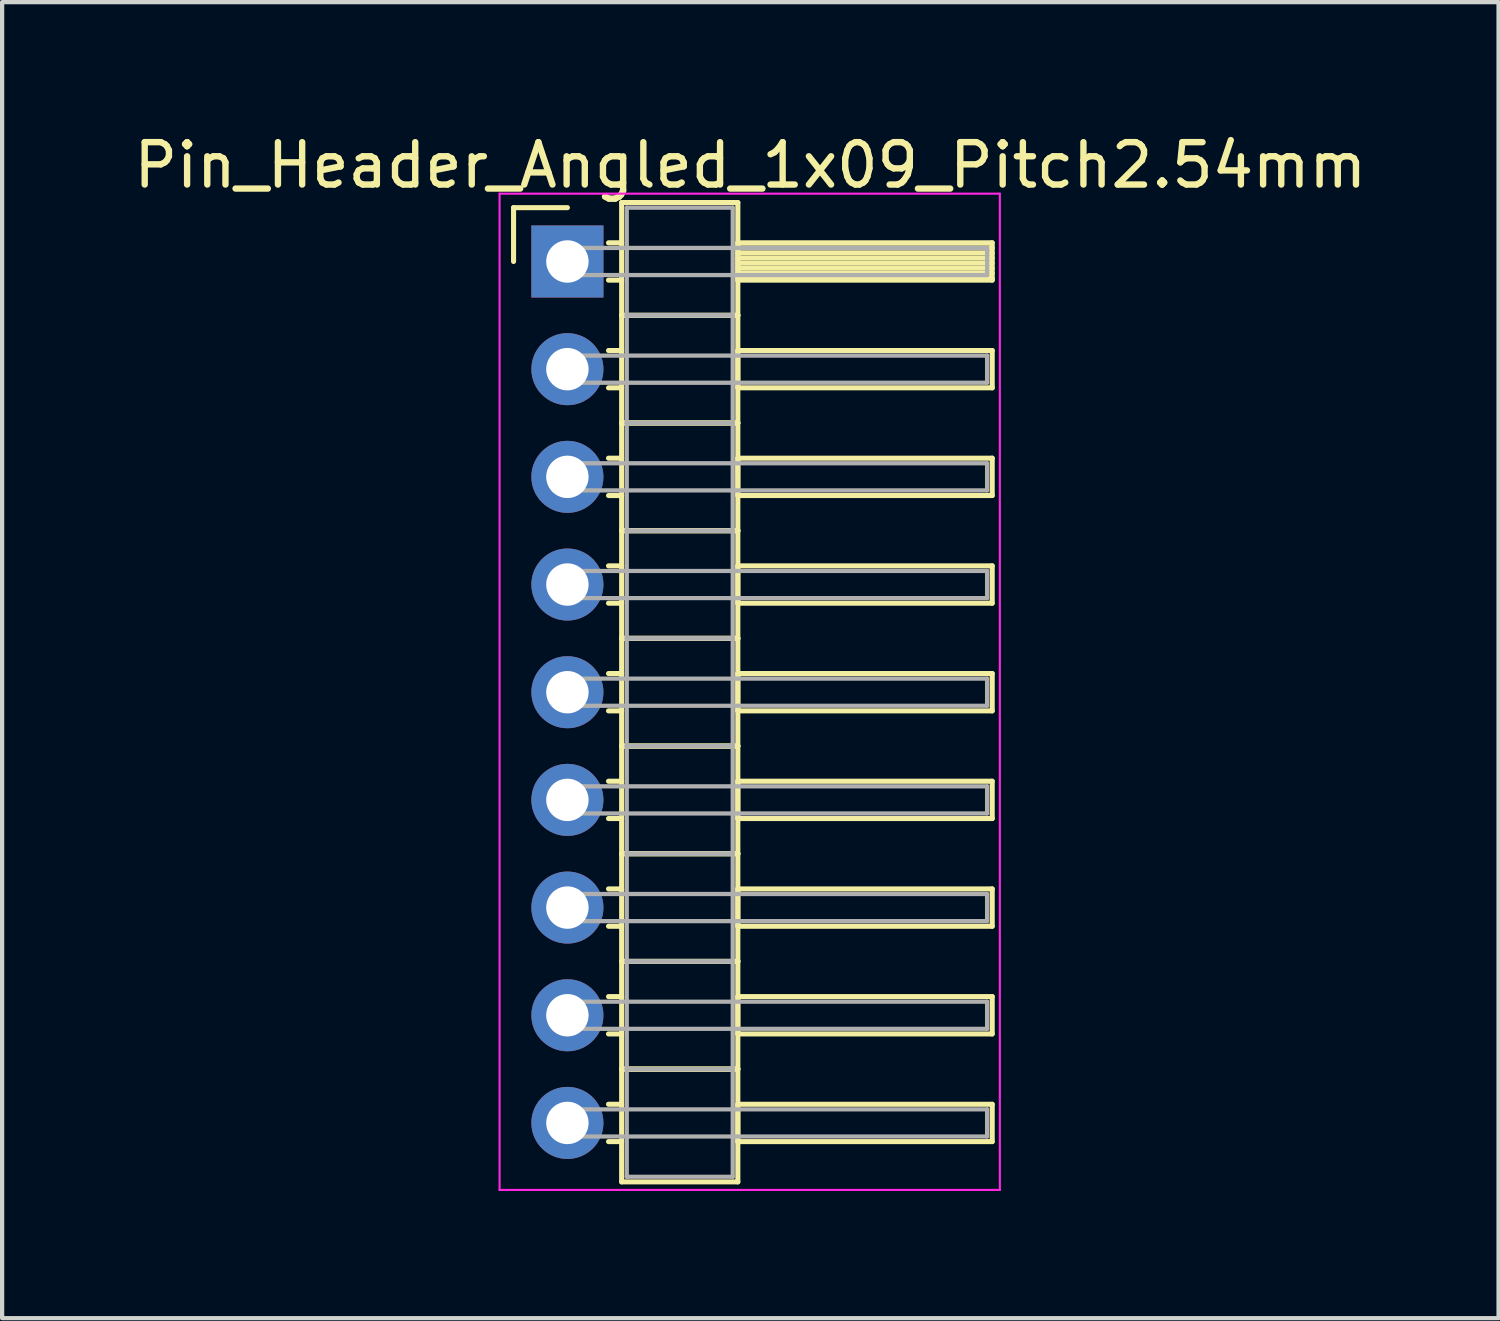
<source format=kicad_pcb>
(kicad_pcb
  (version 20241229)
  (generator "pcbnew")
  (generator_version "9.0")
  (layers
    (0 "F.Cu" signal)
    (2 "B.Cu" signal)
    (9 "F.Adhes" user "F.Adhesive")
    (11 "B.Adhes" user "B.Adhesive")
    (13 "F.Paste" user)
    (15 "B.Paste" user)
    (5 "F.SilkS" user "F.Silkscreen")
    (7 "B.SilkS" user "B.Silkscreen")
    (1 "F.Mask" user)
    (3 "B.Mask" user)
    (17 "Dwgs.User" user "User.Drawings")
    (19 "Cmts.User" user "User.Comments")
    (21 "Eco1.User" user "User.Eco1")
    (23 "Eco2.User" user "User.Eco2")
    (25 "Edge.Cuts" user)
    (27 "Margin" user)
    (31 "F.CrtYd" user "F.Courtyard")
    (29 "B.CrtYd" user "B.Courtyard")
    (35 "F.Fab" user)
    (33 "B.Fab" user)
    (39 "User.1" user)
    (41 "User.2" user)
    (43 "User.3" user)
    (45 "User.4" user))
  (footprint "Pin_Header_Angled_1x09_Pitch2.54mm"
    (layer "F.Cu")
    (at 10.334 3.118)
    (property "Reference" "Pin_Header_Angled_1x09_Pitch2.54mm" (at 4.315 -2.27 0) (layer "F.SilkS") (effects (font (size 1 1) (thickness 0.15))))
    (attr through_hole)
    (fp_line (start -1.27 -1.27) (end 0 -1.27) (stroke (width 0.12) (type solid)) (layer "F.SilkS"))
    (fp_line (start -1.27 0) (end -1.27 -1.27) (stroke (width 0.12) (type solid)) (layer "F.SilkS"))
    (fp_line (start 0.97 -0.44) (end 1.28 -0.44) (stroke (width 0.12) (type solid)) (layer "F.SilkS"))
    (fp_line (start 0.97 0.44) (end 1.28 0.44) (stroke (width 0.12) (type solid)) (layer "F.SilkS"))
    (fp_line (start 0.97 2.1) (end 1.28 2.1) (stroke (width 0.12) (type solid)) (layer "F.SilkS"))
    (fp_line (start 0.97 2.98) (end 1.28 2.98) (stroke (width 0.12) (type solid)) (layer "F.SilkS"))
    (fp_line (start 0.97 4.64) (end 1.28 4.64) (stroke (width 0.12) (type solid)) (layer "F.SilkS"))
    (fp_line (start 0.97 5.52) (end 1.28 5.52) (stroke (width 0.12) (type solid)) (layer "F.SilkS"))
    (fp_line (start 0.97 7.18) (end 1.28 7.18) (stroke (width 0.12) (type solid)) (layer "F.SilkS"))
    (fp_line (start 0.97 8.06) (end 1.28 8.06) (stroke (width 0.12) (type solid)) (layer "F.SilkS"))
    (fp_line (start 0.97 9.72) (end 1.28 9.72) (stroke (width 0.12) (type solid)) (layer "F.SilkS"))
    (fp_line (start 0.97 10.6) (end 1.28 10.6) (stroke (width 0.12) (type solid)) (layer "F.SilkS"))
    (fp_line (start 0.97 12.26) (end 1.28 12.26) (stroke (width 0.12) (type solid)) (layer "F.SilkS"))
    (fp_line (start 0.97 13.14) (end 1.28 13.14) (stroke (width 0.12) (type solid)) (layer "F.SilkS"))
    (fp_line (start 0.97 14.8) (end 1.28 14.8) (stroke (width 0.12) (type solid)) (layer "F.SilkS"))
    (fp_line (start 0.97 15.68) (end 1.28 15.68) (stroke (width 0.12) (type solid)) (layer "F.SilkS"))
    (fp_line (start 0.97 17.34) (end 1.28 17.34) (stroke (width 0.12) (type solid)) (layer "F.SilkS"))
    (fp_line (start 0.97 18.22) (end 1.28 18.22) (stroke (width 0.12) (type solid)) (layer "F.SilkS"))
    (fp_line (start 0.97 19.88) (end 1.28 19.88) (stroke (width 0.12) (type solid)) (layer "F.SilkS"))
    (fp_line (start 0.97 20.76) (end 1.28 20.76) (stroke (width 0.12) (type solid)) (layer "F.SilkS"))
    (fp_line (start 1.28 -1.39) (end 1.28 1.27) (stroke (width 0.12) (type solid)) (layer "F.SilkS"))
    (fp_line (start 1.28 1.27) (end 1.28 3.81) (stroke (width 0.12) (type solid)) (layer "F.SilkS"))
    (fp_line (start 1.28 1.27) (end 4.02 1.27) (stroke (width 0.12) (type solid)) (layer "F.SilkS"))
    (fp_line (start 1.28 3.81) (end 1.28 6.35) (stroke (width 0.12) (type solid)) (layer "F.SilkS"))
    (fp_line (start 1.28 3.81) (end 4.02 3.81) (stroke (width 0.12) (type solid)) (layer "F.SilkS"))
    (fp_line (start 1.28 6.35) (end 1.28 8.89) (stroke (width 0.12) (type solid)) (layer "F.SilkS"))
    (fp_line (start 1.28 6.35) (end 4.02 6.35) (stroke (width 0.12) (type solid)) (layer "F.SilkS"))
    (fp_line (start 1.28 8.89) (end 1.28 11.43) (stroke (width 0.12) (type solid)) (layer "F.SilkS"))
    (fp_line (start 1.28 8.89) (end 4.02 8.89) (stroke (width 0.12) (type solid)) (layer "F.SilkS"))
    (fp_line (start 1.28 11.43) (end 1.28 13.97) (stroke (width 0.12) (type solid)) (layer "F.SilkS"))
    (fp_line (start 1.28 11.43) (end 4.02 11.43) (stroke (width 0.12) (type solid)) (layer "F.SilkS"))
    (fp_line (start 1.28 13.97) (end 1.28 16.51) (stroke (width 0.12) (type solid)) (layer "F.SilkS"))
    (fp_line (start 1.28 13.97) (end 4.02 13.97) (stroke (width 0.12) (type solid)) (layer "F.SilkS"))
    (fp_line (start 1.28 16.51) (end 1.28 19.05) (stroke (width 0.12) (type solid)) (layer "F.SilkS"))
    (fp_line (start 1.28 16.51) (end 4.02 16.51) (stroke (width 0.12) (type solid)) (layer "F.SilkS"))
    (fp_line (start 1.28 19.05) (end 1.28 21.71) (stroke (width 0.12) (type solid)) (layer "F.SilkS"))
    (fp_line (start 1.28 19.05) (end 4.02 19.05) (stroke (width 0.12) (type solid)) (layer "F.SilkS"))
    (fp_line (start 1.28 21.71) (end 4.02 21.71) (stroke (width 0.12) (type solid)) (layer "F.SilkS"))
    (fp_line (start 4.02 -1.39) (end 1.28 -1.39) (stroke (width 0.12) (type solid)) (layer "F.SilkS"))
    (fp_line (start 4.02 -0.44) (end 4.02 0.44) (stroke (width 0.12) (type solid)) (layer "F.SilkS"))
    (fp_line (start 4.02 -0.32) (end 10.02 -0.32) (stroke (width 0.12) (type solid)) (layer "F.SilkS"))
    (fp_line (start 4.02 -0.2) (end 10.02 -0.2) (stroke (width 0.12) (type solid)) (layer "F.SilkS"))
    (fp_line (start 4.02 -0.08) (end 10.02 -0.08) (stroke (width 0.12) (type solid)) (layer "F.SilkS"))
    (fp_line (start 4.02 0.04) (end 10.02 0.04) (stroke (width 0.12) (type solid)) (layer "F.SilkS"))
    (fp_line (start 4.02 0.16) (end 10.02 0.16) (stroke (width 0.12) (type solid)) (layer "F.SilkS"))
    (fp_line (start 4.02 0.28) (end 10.02 0.28) (stroke (width 0.12) (type solid)) (layer "F.SilkS"))
    (fp_line (start 4.02 0.4) (end 10.02 0.4) (stroke (width 0.12) (type solid)) (layer "F.SilkS"))
    (fp_line (start 4.02 0.44) (end 10.02 0.44) (stroke (width 0.12) (type solid)) (layer "F.SilkS"))
    (fp_line (start 4.02 1.27) (end 1.28 1.27) (stroke (width 0.12) (type solid)) (layer "F.SilkS"))
    (fp_line (start 4.02 1.27) (end 4.02 -1.39) (stroke (width 0.12) (type solid)) (layer "F.SilkS"))
    (fp_line (start 4.02 2.1) (end 4.02 2.98) (stroke (width 0.12) (type solid)) (layer "F.SilkS"))
    (fp_line (start 4.02 2.98) (end 10.02 2.98) (stroke (width 0.12) (type solid)) (layer "F.SilkS"))
    (fp_line (start 4.02 3.81) (end 1.28 3.81) (stroke (width 0.12) (type solid)) (layer "F.SilkS"))
    (fp_line (start 4.02 3.81) (end 4.02 1.27) (stroke (width 0.12) (type solid)) (layer "F.SilkS"))
    (fp_line (start 4.02 4.64) (end 4.02 5.52) (stroke (width 0.12) (type solid)) (layer "F.SilkS"))
    (fp_line (start 4.02 5.52) (end 10.02 5.52) (stroke (width 0.12) (type solid)) (layer "F.SilkS"))
    (fp_line (start 4.02 6.35) (end 1.28 6.35) (stroke (width 0.12) (type solid)) (layer "F.SilkS"))
    (fp_line (start 4.02 6.35) (end 4.02 3.81) (stroke (width 0.12) (type solid)) (layer "F.SilkS"))
    (fp_line (start 4.02 7.18) (end 4.02 8.06) (stroke (width 0.12) (type solid)) (layer "F.SilkS"))
    (fp_line (start 4.02 8.06) (end 10.02 8.06) (stroke (width 0.12) (type solid)) (layer "F.SilkS"))
    (fp_line (start 4.02 8.89) (end 1.28 8.89) (stroke (width 0.12) (type solid)) (layer "F.SilkS"))
    (fp_line (start 4.02 8.89) (end 4.02 6.35) (stroke (width 0.12) (type solid)) (layer "F.SilkS"))
    (fp_line (start 4.02 9.72) (end 4.02 10.6) (stroke (width 0.12) (type solid)) (layer "F.SilkS"))
    (fp_line (start 4.02 10.6) (end 10.02 10.6) (stroke (width 0.12) (type solid)) (layer "F.SilkS"))
    (fp_line (start 4.02 11.43) (end 1.28 11.43) (stroke (width 0.12) (type solid)) (layer "F.SilkS"))
    (fp_line (start 4.02 11.43) (end 4.02 8.89) (stroke (width 0.12) (type solid)) (layer "F.SilkS"))
    (fp_line (start 4.02 12.26) (end 4.02 13.14) (stroke (width 0.12) (type solid)) (layer "F.SilkS"))
    (fp_line (start 4.02 13.14) (end 10.02 13.14) (stroke (width 0.12) (type solid)) (layer "F.SilkS"))
    (fp_line (start 4.02 13.97) (end 1.28 13.97) (stroke (width 0.12) (type solid)) (layer "F.SilkS"))
    (fp_line (start 4.02 13.97) (end 4.02 11.43) (stroke (width 0.12) (type solid)) (layer "F.SilkS"))
    (fp_line (start 4.02 14.8) (end 4.02 15.68) (stroke (width 0.12) (type solid)) (layer "F.SilkS"))
    (fp_line (start 4.02 15.68) (end 10.02 15.68) (stroke (width 0.12) (type solid)) (layer "F.SilkS"))
    (fp_line (start 4.02 16.51) (end 1.28 16.51) (stroke (width 0.12) (type solid)) (layer "F.SilkS"))
    (fp_line (start 4.02 16.51) (end 4.02 13.97) (stroke (width 0.12) (type solid)) (layer "F.SilkS"))
    (fp_line (start 4.02 17.34) (end 4.02 18.22) (stroke (width 0.12) (type solid)) (layer "F.SilkS"))
    (fp_line (start 4.02 18.22) (end 10.02 18.22) (stroke (width 0.12) (type solid)) (layer "F.SilkS"))
    (fp_line (start 4.02 19.05) (end 1.28 19.05) (stroke (width 0.12) (type solid)) (layer "F.SilkS"))
    (fp_line (start 4.02 19.05) (end 4.02 16.51) (stroke (width 0.12) (type solid)) (layer "F.SilkS"))
    (fp_line (start 4.02 19.88) (end 4.02 20.76) (stroke (width 0.12) (type solid)) (layer "F.SilkS"))
    (fp_line (start 4.02 20.76) (end 10.02 20.76) (stroke (width 0.12) (type solid)) (layer "F.SilkS"))
    (fp_line (start 4.02 21.71) (end 4.02 19.05) (stroke (width 0.12) (type solid)) (layer "F.SilkS"))
    (fp_line (start 10.02 -0.44) (end 4.02 -0.44) (stroke (width 0.12) (type solid)) (layer "F.SilkS"))
    (fp_line (start 10.02 0.44) (end 10.02 -0.44) (stroke (width 0.12) (type solid)) (layer "F.SilkS"))
    (fp_line (start 10.02 2.1) (end 4.02 2.1) (stroke (width 0.12) (type solid)) (layer "F.SilkS"))
    (fp_line (start 10.02 2.98) (end 10.02 2.1) (stroke (width 0.12) (type solid)) (layer "F.SilkS"))
    (fp_line (start 10.02 4.64) (end 4.02 4.64) (stroke (width 0.12) (type solid)) (layer "F.SilkS"))
    (fp_line (start 10.02 5.52) (end 10.02 4.64) (stroke (width 0.12) (type solid)) (layer "F.SilkS"))
    (fp_line (start 10.02 7.18) (end 4.02 7.18) (stroke (width 0.12) (type solid)) (layer "F.SilkS"))
    (fp_line (start 10.02 8.06) (end 10.02 7.18) (stroke (width 0.12) (type solid)) (layer "F.SilkS"))
    (fp_line (start 10.02 9.72) (end 4.02 9.72) (stroke (width 0.12) (type solid)) (layer "F.SilkS"))
    (fp_line (start 10.02 10.6) (end 10.02 9.72) (stroke (width 0.12) (type solid)) (layer "F.SilkS"))
    (fp_line (start 10.02 12.26) (end 4.02 12.26) (stroke (width 0.12) (type solid)) (layer "F.SilkS"))
    (fp_line (start 10.02 13.14) (end 10.02 12.26) (stroke (width 0.12) (type solid)) (layer "F.SilkS"))
    (fp_line (start 10.02 14.8) (end 4.02 14.8) (stroke (width 0.12) (type solid)) (layer "F.SilkS"))
    (fp_line (start 10.02 15.68) (end 10.02 14.8) (stroke (width 0.12) (type solid)) (layer "F.SilkS"))
    (fp_line (start 10.02 17.34) (end 4.02 17.34) (stroke (width 0.12) (type solid)) (layer "F.SilkS"))
    (fp_line (start 10.02 18.22) (end 10.02 17.34) (stroke (width 0.12) (type solid)) (layer "F.SilkS"))
    (fp_line (start 10.02 19.88) (end 4.02 19.88) (stroke (width 0.12) (type solid)) (layer "F.SilkS"))
    (fp_line (start 10.02 20.76) (end 10.02 19.88) (stroke (width 0.12) (type solid)) (layer "F.SilkS"))
    (fp_line (start -1.6 -1.6) (end -1.6 21.9) (stroke (width 0.05) (type solid)) (layer "F.CrtYd"))
    (fp_line (start -1.6 21.9) (end 10.2 21.9) (stroke (width 0.05) (type solid)) (layer "F.CrtYd"))
    (fp_line (start 10.2 -1.6) (end -1.6 -1.6) (stroke (width 0.05) (type solid)) (layer "F.CrtYd"))
    (fp_line (start 10.2 21.9) (end 10.2 -1.6) (stroke (width 0.05) (type solid)) (layer "F.CrtYd"))
    (fp_line (start 0 -0.32) (end 0 0.32) (stroke (width 0.1) (type solid)) (layer "F.Fab"))
    (fp_line (start 0 0.32) (end 9.9 0.32) (stroke (width 0.1) (type solid)) (layer "F.Fab"))
    (fp_line (start 0 2.22) (end 0 2.86) (stroke (width 0.1) (type solid)) (layer "F.Fab"))
    (fp_line (start 0 2.86) (end 9.9 2.86) (stroke (width 0.1) (type solid)) (layer "F.Fab"))
    (fp_line (start 0 4.76) (end 0 5.4) (stroke (width 0.1) (type solid)) (layer "F.Fab"))
    (fp_line (start 0 5.4) (end 9.9 5.4) (stroke (width 0.1) (type solid)) (layer "F.Fab"))
    (fp_line (start 0 7.3) (end 0 7.94) (stroke (width 0.1) (type solid)) (layer "F.Fab"))
    (fp_line (start 0 7.94) (end 9.9 7.94) (stroke (width 0.1) (type solid)) (layer "F.Fab"))
    (fp_line (start 0 9.84) (end 0 10.48) (stroke (width 0.1) (type solid)) (layer "F.Fab"))
    (fp_line (start 0 10.48) (end 9.9 10.48) (stroke (width 0.1) (type solid)) (layer "F.Fab"))
    (fp_line (start 0 12.38) (end 0 13.02) (stroke (width 0.1) (type solid)) (layer "F.Fab"))
    (fp_line (start 0 13.02) (end 9.9 13.02) (stroke (width 0.1) (type solid)) (layer "F.Fab"))
    (fp_line (start 0 14.92) (end 0 15.56) (stroke (width 0.1) (type solid)) (layer "F.Fab"))
    (fp_line (start 0 15.56) (end 9.9 15.56) (stroke (width 0.1) (type solid)) (layer "F.Fab"))
    (fp_line (start 0 17.46) (end 0 18.1) (stroke (width 0.1) (type solid)) (layer "F.Fab"))
    (fp_line (start 0 18.1) (end 9.9 18.1) (stroke (width 0.1) (type solid)) (layer "F.Fab"))
    (fp_line (start 0 20) (end 0 20.64) (stroke (width 0.1) (type solid)) (layer "F.Fab"))
    (fp_line (start 0 20.64) (end 9.9 20.64) (stroke (width 0.1) (type solid)) (layer "F.Fab"))
    (fp_line (start 1.4 -1.27) (end 1.4 1.27) (stroke (width 0.1) (type solid)) (layer "F.Fab"))
    (fp_line (start 1.4 1.27) (end 1.4 3.81) (stroke (width 0.1) (type solid)) (layer "F.Fab"))
    (fp_line (start 1.4 1.27) (end 3.9 1.27) (stroke (width 0.1) (type solid)) (layer "F.Fab"))
    (fp_line (start 1.4 3.81) (end 1.4 6.35) (stroke (width 0.1) (type solid)) (layer "F.Fab"))
    (fp_line (start 1.4 3.81) (end 3.9 3.81) (stroke (width 0.1) (type solid)) (layer "F.Fab"))
    (fp_line (start 1.4 6.35) (end 1.4 8.89) (stroke (width 0.1) (type solid)) (layer "F.Fab"))
    (fp_line (start 1.4 6.35) (end 3.9 6.35) (stroke (width 0.1) (type solid)) (layer "F.Fab"))
    (fp_line (start 1.4 8.89) (end 1.4 11.43) (stroke (width 0.1) (type solid)) (layer "F.Fab"))
    (fp_line (start 1.4 8.89) (end 3.9 8.89) (stroke (width 0.1) (type solid)) (layer "F.Fab"))
    (fp_line (start 1.4 11.43) (end 1.4 13.97) (stroke (width 0.1) (type solid)) (layer "F.Fab"))
    (fp_line (start 1.4 11.43) (end 3.9 11.43) (stroke (width 0.1) (type solid)) (layer "F.Fab"))
    (fp_line (start 1.4 13.97) (end 1.4 16.51) (stroke (width 0.1) (type solid)) (layer "F.Fab"))
    (fp_line (start 1.4 13.97) (end 3.9 13.97) (stroke (width 0.1) (type solid)) (layer "F.Fab"))
    (fp_line (start 1.4 16.51) (end 1.4 19.05) (stroke (width 0.1) (type solid)) (layer "F.Fab"))
    (fp_line (start 1.4 16.51) (end 3.9 16.51) (stroke (width 0.1) (type solid)) (layer "F.Fab"))
    (fp_line (start 1.4 19.05) (end 1.4 21.59) (stroke (width 0.1) (type solid)) (layer "F.Fab"))
    (fp_line (start 1.4 19.05) (end 3.9 19.05) (stroke (width 0.1) (type solid)) (layer "F.Fab"))
    (fp_line (start 1.4 21.59) (end 3.9 21.59) (stroke (width 0.1) (type solid)) (layer "F.Fab"))
    (fp_line (start 3.9 -1.27) (end 1.4 -1.27) (stroke (width 0.1) (type solid)) (layer "F.Fab"))
    (fp_line (start 3.9 1.27) (end 1.4 1.27) (stroke (width 0.1) (type solid)) (layer "F.Fab"))
    (fp_line (start 3.9 1.27) (end 3.9 -1.27) (stroke (width 0.1) (type solid)) (layer "F.Fab"))
    (fp_line (start 3.9 3.81) (end 1.4 3.81) (stroke (width 0.1) (type solid)) (layer "F.Fab"))
    (fp_line (start 3.9 3.81) (end 3.9 1.27) (stroke (width 0.1) (type solid)) (layer "F.Fab"))
    (fp_line (start 3.9 6.35) (end 1.4 6.35) (stroke (width 0.1) (type solid)) (layer "F.Fab"))
    (fp_line (start 3.9 6.35) (end 3.9 3.81) (stroke (width 0.1) (type solid)) (layer "F.Fab"))
    (fp_line (start 3.9 8.89) (end 1.4 8.89) (stroke (width 0.1) (type solid)) (layer "F.Fab"))
    (fp_line (start 3.9 8.89) (end 3.9 6.35) (stroke (width 0.1) (type solid)) (layer "F.Fab"))
    (fp_line (start 3.9 11.43) (end 1.4 11.43) (stroke (width 0.1) (type solid)) (layer "F.Fab"))
    (fp_line (start 3.9 11.43) (end 3.9 8.89) (stroke (width 0.1) (type solid)) (layer "F.Fab"))
    (fp_line (start 3.9 13.97) (end 1.4 13.97) (stroke (width 0.1) (type solid)) (layer "F.Fab"))
    (fp_line (start 3.9 13.97) (end 3.9 11.43) (stroke (width 0.1) (type solid)) (layer "F.Fab"))
    (fp_line (start 3.9 16.51) (end 1.4 16.51) (stroke (width 0.1) (type solid)) (layer "F.Fab"))
    (fp_line (start 3.9 16.51) (end 3.9 13.97) (stroke (width 0.1) (type solid)) (layer "F.Fab"))
    (fp_line (start 3.9 19.05) (end 1.4 19.05) (stroke (width 0.1) (type solid)) (layer "F.Fab"))
    (fp_line (start 3.9 19.05) (end 3.9 16.51) (stroke (width 0.1) (type solid)) (layer "F.Fab"))
    (fp_line (start 3.9 21.59) (end 3.9 19.05) (stroke (width 0.1) (type solid)) (layer "F.Fab"))
    (fp_line (start 9.9 -0.32) (end 0 -0.32) (stroke (width 0.1) (type solid)) (layer "F.Fab"))
    (fp_line (start 9.9 0.32) (end 9.9 -0.32) (stroke (width 0.1) (type solid)) (layer "F.Fab"))
    (fp_line (start 9.9 2.22) (end 0 2.22) (stroke (width 0.1) (type solid)) (layer "F.Fab"))
    (fp_line (start 9.9 2.86) (end 9.9 2.22) (stroke (width 0.1) (type solid)) (layer "F.Fab"))
    (fp_line (start 9.9 4.76) (end 0 4.76) (stroke (width 0.1) (type solid)) (layer "F.Fab"))
    (fp_line (start 9.9 5.4) (end 9.9 4.76) (stroke (width 0.1) (type solid)) (layer "F.Fab"))
    (fp_line (start 9.9 7.3) (end 0 7.3) (stroke (width 0.1) (type solid)) (layer "F.Fab"))
    (fp_line (start 9.9 7.94) (end 9.9 7.3) (stroke (width 0.1) (type solid)) (layer "F.Fab"))
    (fp_line (start 9.9 9.84) (end 0 9.84) (stroke (width 0.1) (type solid)) (layer "F.Fab"))
    (fp_line (start 9.9 10.48) (end 9.9 9.84) (stroke (width 0.1) (type solid)) (layer "F.Fab"))
    (fp_line (start 9.9 12.38) (end 0 12.38) (stroke (width 0.1) (type solid)) (layer "F.Fab"))
    (fp_line (start 9.9 13.02) (end 9.9 12.38) (stroke (width 0.1) (type solid)) (layer "F.Fab"))
    (fp_line (start 9.9 14.92) (end 0 14.92) (stroke (width 0.1) (type solid)) (layer "F.Fab"))
    (fp_line (start 9.9 15.56) (end 9.9 14.92) (stroke (width 0.1) (type solid)) (layer "F.Fab"))
    (fp_line (start 9.9 17.46) (end 0 17.46) (stroke (width 0.1) (type solid)) (layer "F.Fab"))
    (fp_line (start 9.9 18.1) (end 9.9 17.46) (stroke (width 0.1) (type solid)) (layer "F.Fab"))
    (fp_line (start 9.9 20) (end 0 20) (stroke (width 0.1) (type solid)) (layer "F.Fab"))
    (fp_line (start 9.9 20.64) (end 9.9 20) (stroke (width 0.1) (type solid)) (layer "F.Fab"))
    (pad "1" thru_hole rect (at 0 0) (size 1.7 1.7) (drill 1) (layers "*.Cu" "*.Mask"))
    (pad "2" thru_hole oval (at 0 2.54) (size 1.7 1.7) (drill 1) (layers "*.Cu" "*.Mask"))
    (pad "3" thru_hole oval (at 0 5.08) (size 1.7 1.7) (drill 1) (layers "*.Cu" "*.Mask"))
    (pad "4" thru_hole oval (at 0 7.62) (size 1.7 1.7) (drill 1) (layers "*.Cu" "*.Mask"))
    (pad "5" thru_hole oval (at 0 10.16) (size 1.7 1.7) (drill 1) (layers "*.Cu" "*.Mask"))
    (pad "6" thru_hole oval (at 0 12.7) (size 1.7 1.7) (drill 1) (layers "*.Cu" "*.Mask"))
    (pad "7" thru_hole oval (at 0 15.24) (size 1.7 1.7) (drill 1) (layers "*.Cu" "*.Mask"))
    (pad "8" thru_hole oval (at 0 17.78) (size 1.7 1.7) (drill 1) (layers "*.Cu" "*.Mask"))
    (pad "9" thru_hole oval (at 0 20.32) (size 1.7 1.7) (drill 1) (layers "*.Cu" "*.Mask")))
  (gr_rect
    (start -3 -3)
    (end 32.298 28.043)
    (stroke (width 0.1) (type default))
    (fill no)
    (layer "Edge.Cuts")))
</source>
